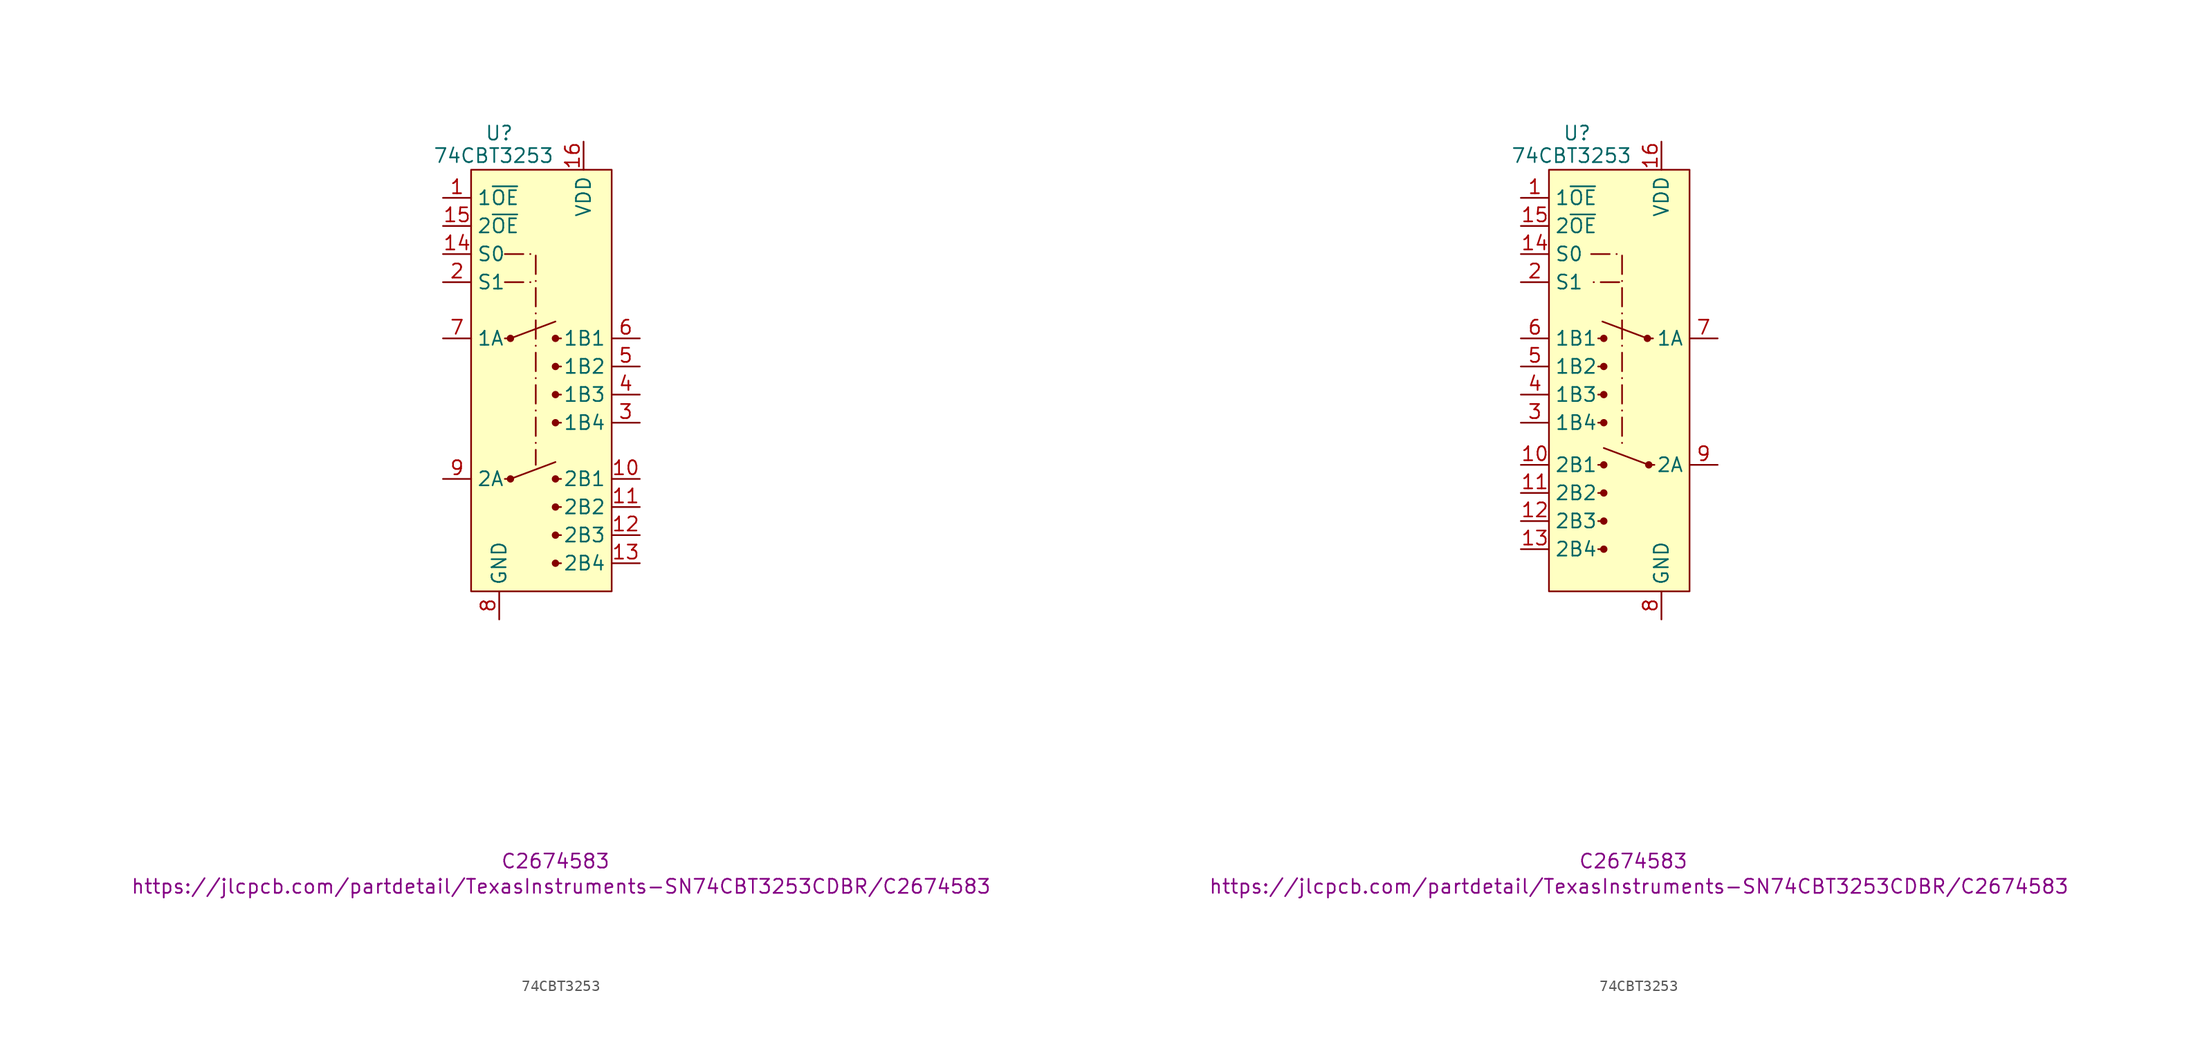
<source format=kicad_sym>
(kicad_symbol_lib
  (version 20231120)
  (generator "kicad_symbol_editor")
  (generator_version "8.0")
  (symbol "74CBT3253"
    (property "Reference" "U"
      (at -5.08 21.082 0)
      (effects (font (size 1.27 1.27))))
    (property "Value" "74CBT3253"
      (at -5.588 19.05 0)
      (effects (font (size 1.27 1.27))))
    (property "LCSC" "C2674583"
      (at 0 -44.704 0)
      (effects (font (size 1.27 1.27))))
    (property "Link" "https://jlcpcb.com/partdetail/TexasInstruments-SN74CBT3253CDBR/C2674583"
      (at 0.508 -46.99 0)
      (effects (font (size 1.27 1.27))))
    (symbol "74CBT3253_1_1"
      (rectangle (start -7.62 17.78) (end 5.08 -20.32) (stroke (width 0) (type default)) (fill (type background)))
      (circle (center -4.064 -10.16) (radius 0.254) (stroke (width 0) (type default)) (fill (type outline)))
      (circle (center -4.064 2.54) (radius 0.254) (stroke (width 0) (type default)) (fill (type outline)))
      (circle (center 0 -17.78) (radius 0.254) (stroke (width 0) (type default)) (fill (type outline)))
      (circle (center 0 -15.24) (radius 0.254) (stroke (width 0) (type default)) (fill (type outline)))
      (circle (center 0 -12.7) (radius 0.254) (stroke (width 0) (type default)) (fill (type outline)))
      (circle (center 0 -10.16) (radius 0.254) (stroke (width 0) (type default)) (fill (type outline)))
      (circle (center 0 -5.08) (radius 0.254) (stroke (width 0) (type default)) (fill (type outline)))
      (circle (center 0 -2.54) (radius 0.254) (stroke (width 0) (type default)) (fill (type outline)))
      (polyline (pts (xy -4.572 -10.16) (xy -4.064 -10.16)) (stroke (width 0) (type default)) (fill (type none)))
      (polyline (pts (xy -4.572 2.54) (xy -4.064 2.54)) (stroke (width 0) (type default)) (fill (type none)))
      (polyline (pts (xy -4.572 7.62) (xy -1.778 7.62)) (stroke (width 0) (type dash_dot)) (fill (type none)))
      (polyline (pts (xy -4.064 -10.16) (xy 0 -8.636)) (stroke (width 0) (type default)) (fill (type none)))
      (polyline (pts (xy -4.064 2.54) (xy 0 4.064)) (stroke (width 0) (type default)) (fill (type none)))
      (polyline (pts (xy 0.508 -17.78) (xy 0 -17.78)) (stroke (width 0) (type default)) (fill (type none)))
      (polyline (pts (xy 0.508 -15.24) (xy 0 -15.24)) (stroke (width 0) (type default)) (fill (type none)))
      (polyline (pts (xy 0.508 -12.7) (xy 0 -12.7)) (stroke (width 0) (type default)) (fill (type none)))
      (polyline (pts (xy 0.508 -10.16) (xy 0 -10.16)) (stroke (width 0) (type default)) (fill (type none)))
      (polyline (pts (xy 0.508 -5.08) (xy 0 -5.08)) (stroke (width 0) (type default)) (fill (type none)))
      (polyline (pts (xy 0.508 -2.54) (xy 0 -2.54)) (stroke (width 0) (type default)) (fill (type none)))
      (polyline (pts (xy 0.508 0) (xy 0 0)) (stroke (width 0) (type default)) (fill (type none)))
      (polyline (pts (xy 0.508 2.54) (xy 0 2.54)) (stroke (width 0) (type default)) (fill (type none)))
      (polyline (pts (xy -4.572 10.16) (xy -1.778 10.16) (xy -1.778 -8.89)) (stroke (width 0) (type dash_dot)) (fill (type none)))
      (circle (center 0 0) (radius 0.254) (stroke (width 0) (type default)) (fill (type outline)))
      (circle (center 0 2.54) (radius 0.254) (stroke (width 0) (type default)) (fill (type outline)))
      (pin input line (at -10.16 15.24 0) (length 2.54) (name "1~{OE}" (effects (font (size 1.27 1.27)))) (number "1" (effects (font (size 1.27 1.27)))))
      (pin bidirectional line (at 7.62 -10.16 180) (length 2.54) (name "2B1" (effects (font (size 1.27 1.27)))) (number "10" (effects (font (size 1.27 1.27)))))
      (pin bidirectional line (at 7.62 -12.7 180) (length 2.54) (name "2B2" (effects (font (size 1.27 1.27)))) (number "11" (effects (font (size 1.27 1.27)))))
      (pin bidirectional line (at 7.62 -15.24 180) (length 2.54) (name "2B3" (effects (font (size 1.27 1.27)))) (number "12" (effects (font (size 1.27 1.27)))))
      (pin bidirectional line (at 7.62 -17.78 180) (length 2.54) (name "2B4" (effects (font (size 1.27 1.27)))) (number "13" (effects (font (size 1.27 1.27)))))
      (pin input line (at -10.16 10.16 0) (length 2.54) (name "S0" (effects (font (size 1.27 1.27)))) (number "14" (effects (font (size 1.27 1.27)))))
      (pin input line (at -10.16 12.7 0) (length 2.54) (name "2~{OE}" (effects (font (size 1.27 1.27)))) (number "15" (effects (font (size 1.27 1.27)))))
      (pin power_in line (at 2.54 20.32 270) (length 2.54) (name "VDD" (effects (font (size 1.27 1.27)))) (number "16" (effects (font (size 1.27 1.27)))))
      (pin input line (at -10.16 7.62 0) (length 2.54) (name "S1" (effects (font (size 1.27 1.27)))) (number "2" (effects (font (size 1.27 1.27)))))
      (pin bidirectional line (at 7.62 -5.08 180) (length 2.54) (name "1B4" (effects (font (size 1.27 1.27)))) (number "3" (effects (font (size 1.27 1.27)))))
      (pin bidirectional line (at 7.62 -2.54 180) (length 2.54) (name "1B3" (effects (font (size 1.27 1.27)))) (number "4" (effects (font (size 1.27 1.27)))))
      (pin bidirectional line (at 7.62 0 180) (length 2.54) (name "1B2" (effects (font (size 1.27 1.27)))) (number "5" (effects (font (size 1.27 1.27)))))
      (pin bidirectional line (at 7.62 2.54 180) (length 2.54) (name "1B1" (effects (font (size 1.27 1.27)))) (number "6" (effects (font (size 1.27 1.27)))))
      (pin bidirectional line (at -10.16 2.54 0) (length 2.54) (name "1A" (effects (font (size 1.27 1.27)))) (number "7" (effects (font (size 1.27 1.27)))))
      (pin power_in line (at -5.08 -22.86 90) (length 2.54) (name "GND" (effects (font (size 1.27 1.27)))) (number "8" (effects (font (size 1.27 1.27)))))
      (pin bidirectional line (at -10.16 -10.16 0) (length 2.54) (name "2A" (effects (font (size 1.27 1.27)))) (number "9" (effects (font (size 1.27 1.27))))))
    (symbol "74CBT3253_1_2"
      (rectangle (start -7.62 17.78) (end 5.08 -20.32) (stroke (width 0) (type default)) (fill (type background)))
      (circle (center -2.667 -16.51) (radius 0.254) (stroke (width 0) (type default)) (fill (type outline)))
      (circle (center -2.667 -13.97) (radius 0.254) (stroke (width 0) (type default)) (fill (type outline)))
      (circle (center -2.667 -11.43) (radius 0.254) (stroke (width 0) (type default)) (fill (type outline)))
      (circle (center -2.667 -8.89) (radius 0.254) (stroke (width 0) (type default)) (fill (type outline)))
      (circle (center -2.667 -5.08) (radius 0.254) (stroke (width 0) (type default)) (fill (type outline)))
      (circle (center -2.667 -2.54) (radius 0.254) (stroke (width 0) (type default)) (fill (type outline)))
      (circle (center -2.667 0) (radius 0.254) (stroke (width 0) (type default)) (fill (type outline)))
      (circle (center -2.667 2.54) (radius 0.254) (stroke (width 0) (type default)) (fill (type outline)))
      (polyline (pts (xy -3.175 -16.51) (xy -2.667 -16.51)) (stroke (width 0) (type default)) (fill (type none)))
      (polyline (pts (xy -3.175 -13.97) (xy -2.667 -13.97)) (stroke (width 0) (type default)) (fill (type none)))
      (polyline (pts (xy -3.175 -11.43) (xy -2.667 -11.43)) (stroke (width 0) (type default)) (fill (type none)))
      (polyline (pts (xy -3.175 -8.89) (xy -2.667 -8.89)) (stroke (width 0) (type default)) (fill (type none)))
      (polyline (pts (xy -3.175 -5.08) (xy -2.667 -5.08)) (stroke (width 0) (type default)) (fill (type none)))
      (polyline (pts (xy -3.175 -2.54) (xy -2.667 -2.54)) (stroke (width 0) (type default)) (fill (type none)))
      (polyline (pts (xy -3.175 0) (xy -2.667 0)) (stroke (width 0) (type default)) (fill (type none)))
      (polyline (pts (xy -3.175 2.54) (xy -2.667 2.54)) (stroke (width 0) (type default)) (fill (type none)))
      (polyline (pts (xy -1.27 7.62) (xy -4.064 7.62)) (stroke (width 0) (type dash_dot)) (fill (type none)))
      (polyline (pts (xy 1.27 2.54) (xy -2.794 4.064)) (stroke (width 0) (type default)) (fill (type none)))
      (polyline (pts (xy 1.397 -8.89) (xy -2.667 -7.366)) (stroke (width 0) (type default)) (fill (type none)))
      (polyline (pts (xy 1.778 2.54) (xy 1.27 2.54)) (stroke (width 0) (type default)) (fill (type none)))
      (polyline (pts (xy 1.905 -8.89) (xy 1.397 -8.89)) (stroke (width 0) (type default)) (fill (type none)))
      (polyline (pts (xy -3.81 10.16) (xy -1.016 10.16) (xy -1.016 -7.366)) (stroke (width 0) (type dash_dot)) (fill (type none)))
      (circle (center 1.27 2.54) (radius 0.254) (stroke (width 0) (type default)) (fill (type outline)))
      (circle (center 1.397 -8.89) (radius 0.254) (stroke (width 0) (type default)) (fill (type outline)))
      (pin input line (at -10.16 15.24 0) (length 2.54) (name "1~{OE}" (effects (font (size 1.27 1.27)))) (number "1" (effects (font (size 1.27 1.27)))))
      (pin bidirectional line (at -10.16 -8.89 0) (length 2.54) (name "2B1" (effects (font (size 1.27 1.27)))) (number "10" (effects (font (size 1.27 1.27)))))
      (pin bidirectional line (at -10.16 -11.43 0) (length 2.54) (name "2B2" (effects (font (size 1.27 1.27)))) (number "11" (effects (font (size 1.27 1.27)))))
      (pin bidirectional line (at -10.16 -13.97 0) (length 2.54) (name "2B3" (effects (font (size 1.27 1.27)))) (number "12" (effects (font (size 1.27 1.27)))))
      (pin bidirectional line (at -10.16 -16.51 0) (length 2.54) (name "2B4" (effects (font (size 1.27 1.27)))) (number "13" (effects (font (size 1.27 1.27)))))
      (pin input line (at -10.16 10.16 0) (length 2.54) (name "S0" (effects (font (size 1.27 1.27)))) (number "14" (effects (font (size 1.27 1.27)))))
      (pin input line (at -10.16 12.7 0) (length 2.54) (name "2~{OE}" (effects (font (size 1.27 1.27)))) (number "15" (effects (font (size 1.27 1.27)))))
      (pin power_in line (at 2.54 20.32 270) (length 2.54) (name "VDD" (effects (font (size 1.27 1.27)))) (number "16" (effects (font (size 1.27 1.27)))))
      (pin input line (at -10.16 7.62 0) (length 2.54) (name "S1" (effects (font (size 1.27 1.27)))) (number "2" (effects (font (size 1.27 1.27)))))
      (pin bidirectional line (at -10.16 -5.08 0) (length 2.54) (name "1B4" (effects (font (size 1.27 1.27)))) (number "3" (effects (font (size 1.27 1.27)))))
      (pin bidirectional line (at -10.16 -2.54 0) (length 2.54) (name "1B3" (effects (font (size 1.27 1.27)))) (number "4" (effects (font (size 1.27 1.27)))))
      (pin bidirectional line (at -10.16 0 0) (length 2.54) (name "1B2" (effects (font (size 1.27 1.27)))) (number "5" (effects (font (size 1.27 1.27)))))
      (pin bidirectional line (at -10.16 2.54 0) (length 2.54) (name "1B1" (effects (font (size 1.27 1.27)))) (number "6" (effects (font (size 1.27 1.27)))))
      (pin bidirectional line (at 7.62 2.54 180) (length 2.54) (name "1A" (effects (font (size 1.27 1.27)))) (number "7" (effects (font (size 1.27 1.27)))))
      (pin power_in line (at 2.54 -22.86 90) (length 2.54) (name "GND" (effects (font (size 1.27 1.27)))) (number "8" (effects (font (size 1.27 1.27)))))
      (pin bidirectional line (at 7.62 -8.89 180) (length 2.54) (name "2A" (effects (font (size 1.27 1.27)))) (number "9" (effects (font (size 1.27 1.27))))))))
</source>
